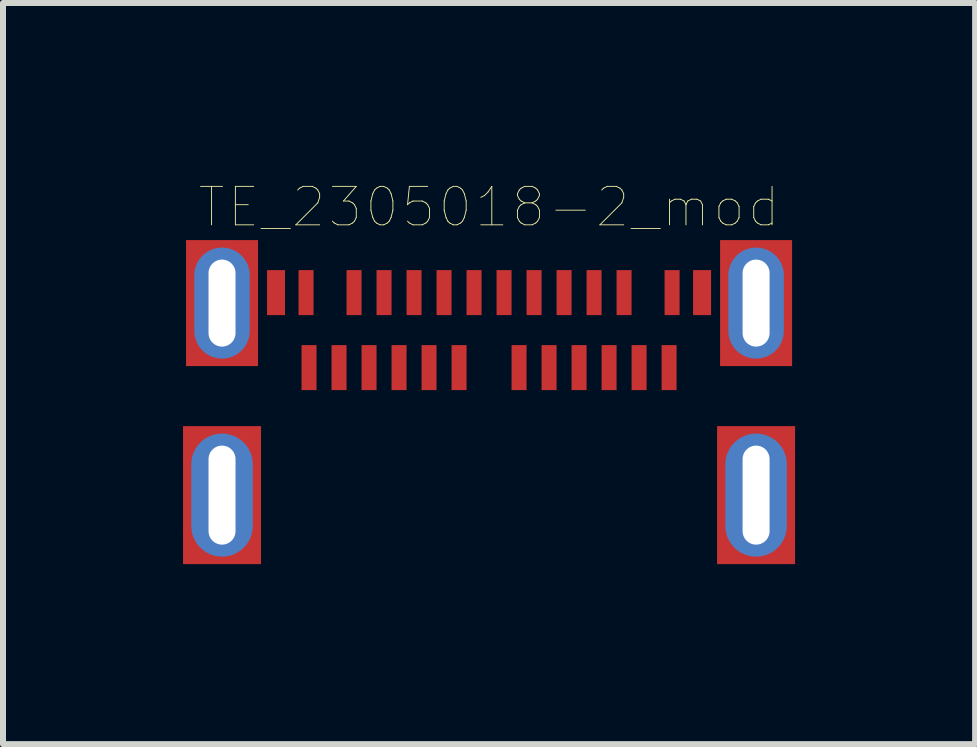
<source format=kicad_pcb>
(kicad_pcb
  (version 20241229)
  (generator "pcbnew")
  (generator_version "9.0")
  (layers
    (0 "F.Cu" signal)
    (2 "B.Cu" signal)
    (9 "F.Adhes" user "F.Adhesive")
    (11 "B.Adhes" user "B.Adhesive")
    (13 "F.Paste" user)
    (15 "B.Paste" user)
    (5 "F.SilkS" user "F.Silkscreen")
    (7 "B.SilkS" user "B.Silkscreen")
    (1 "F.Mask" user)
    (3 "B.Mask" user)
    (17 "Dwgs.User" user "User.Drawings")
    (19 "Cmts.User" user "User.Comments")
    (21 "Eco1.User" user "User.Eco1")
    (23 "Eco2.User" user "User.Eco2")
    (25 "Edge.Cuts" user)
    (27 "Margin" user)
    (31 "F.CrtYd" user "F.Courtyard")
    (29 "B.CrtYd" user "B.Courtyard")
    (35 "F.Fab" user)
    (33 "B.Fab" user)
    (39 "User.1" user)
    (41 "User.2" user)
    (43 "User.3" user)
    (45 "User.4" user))
  (footprint "TE_2305018-2_mod"
    (layer "F.Cu")
    (at 5.1 5.201)
    (property "Reference" "TE_2305018-2_mod" (at 0 -4.8 0) (layer "F.SilkS") (effects (font (size 0.641 0.641) (thickness 0.015))))
    (attr through_hole)
    (pad "A1" smd rect (at -3.05 -3.375) (size 0.25 0.75) (layers "F.Cu" "F.Mask" "F.Paste"))
    (pad "A2" smd rect (at -2.25 -3.375) (size 0.25 0.75) (layers "F.Cu" "F.Mask" "F.Paste"))
    (pad "A3" smd rect (at -1.75 -3.375) (size 0.25 0.75) (layers "F.Cu" "F.Mask" "F.Paste"))
    (pad "A4" smd rect (at -1.25 -3.375) (size 0.25 0.75) (layers "F.Cu" "F.Mask" "F.Paste"))
    (pad "A5" smd rect (at -0.75 -3.375) (size 0.25 0.75) (layers "F.Cu" "F.Mask" "F.Paste"))
    (pad "A6" smd rect (at -0.25 -3.375) (size 0.25 0.75) (layers "F.Cu" "F.Mask" "F.Paste"))
    (pad "A7" smd rect (at 0.25 -3.375) (size 0.25 0.75) (layers "F.Cu" "F.Mask" "F.Paste"))
    (pad "A8" smd rect (at 0.75 -3.375) (size 0.25 0.75) (layers "F.Cu" "F.Mask" "F.Paste"))
    (pad "A9" smd rect (at 1.25 -3.375) (size 0.25 0.75) (layers "F.Cu" "F.Mask" "F.Paste"))
    (pad "A10" smd rect (at 1.75 -3.375) (size 0.25 0.75) (layers "F.Cu" "F.Mask" "F.Paste"))
    (pad "A11" smd rect (at 2.25 -3.375) (size 0.25 0.75) (layers "F.Cu" "F.Mask" "F.Paste"))
    (pad "A12" smd rect (at 3.05 -3.375) (size 0.25 0.75) (layers "F.Cu" "F.Mask" "F.Paste"))
    (pad "B1" smd rect (at 3 -2.125) (size 0.25 0.75) (layers "F.Cu" "F.Mask" "F.Paste"))
    (pad "B2" smd rect (at 2.5 -2.125) (size 0.25 0.75) (layers "F.Cu" "F.Mask" "F.Paste"))
    (pad "B3" smd rect (at 2 -2.125) (size 0.25 0.75) (layers "F.Cu" "F.Mask" "F.Paste"))
    (pad "B4" smd rect (at 1.5 -2.125) (size 0.25 0.75) (layers "F.Cu" "F.Mask" "F.Paste"))
    (pad "B5" smd rect (at 1 -2.125) (size 0.25 0.75) (layers "F.Cu" "F.Mask" "F.Paste"))
    (pad "B6" smd rect (at 0.5 -2.125) (size 0.25 0.75) (layers "F.Cu" "F.Mask" "F.Paste"))
    (pad "B7" smd rect (at -0.5 -2.125) (size 0.25 0.75) (layers "F.Cu" "F.Mask" "F.Paste"))
    (pad "B8" smd rect (at -1 -2.125) (size 0.25 0.75) (layers "F.Cu" "F.Mask" "F.Paste"))
    (pad "B9" smd rect (at -1.5 -2.125) (size 0.25 0.75) (layers "F.Cu" "F.Mask" "F.Paste"))
    (pad "B10" smd rect (at -2 -2.125) (size 0.25 0.75) (layers "F.Cu" "F.Mask" "F.Paste"))
    (pad "B11" smd rect (at -2.5 -2.125) (size 0.25 0.75) (layers "F.Cu" "F.Mask" "F.Paste"))
    (pad "B12" smd rect (at -3 -2.125) (size 0.25 0.75) (layers "F.Cu" "F.Mask" "F.Paste"))
    (pad "G1" smd rect (at -3.55 -3.375) (size 0.3 0.75) (layers "F.Cu" "F.Mask" "F.Paste"))
    (pad "G2" smd rect (at 3.55 -3.375) (size 0.3 0.75) (layers "F.Cu" "F.Mask" "F.Paste"))
    (pad "S1" thru_hole oval (at -4.45 0) (size 1.025 2.05) (drill oval 0.45 1.65) (layers "*.Cu" "*.Mask"))
    (pad "S1" smd rect (at -4.45 0) (size 1.3 2.3) (layers "F.Cu" "F.Paste"))
    (pad "S2" thru_hole oval (at 4.45 0) (size 1.025 2.05) (drill oval 0.45 1.65) (layers "*.Cu" "*.Mask"))
    (pad "S2" smd rect (at 4.45 0) (size 1.3 2.3) (layers "F.Cu" "F.Paste"))
    (pad "S3" thru_hole oval (at -4.45 -3.2) (size 0.925 1.85) (drill oval 0.45 1.45) (layers "*.Cu" "*.Mask"))
    (pad "S3" smd rect (at -4.45 -3.2) (size 1.2 2.1) (layers "F.Cu" "F.Paste"))
    (pad "S4" thru_hole oval (at 4.45 -3.2) (size 0.925 1.85) (drill oval 0.45 1.45) (layers "*.Cu" "*.Mask"))
    (pad "S4" smd rect (at 4.45 -3.2) (size 1.2 2.1) (layers "F.Cu" "F.Paste")))
  (gr_rect
    (start -3 -3)
    (end 13.2 9.351)
    (stroke (width 0.1) (type default))
    (fill no)
    (layer "Edge.Cuts")))
</source>
